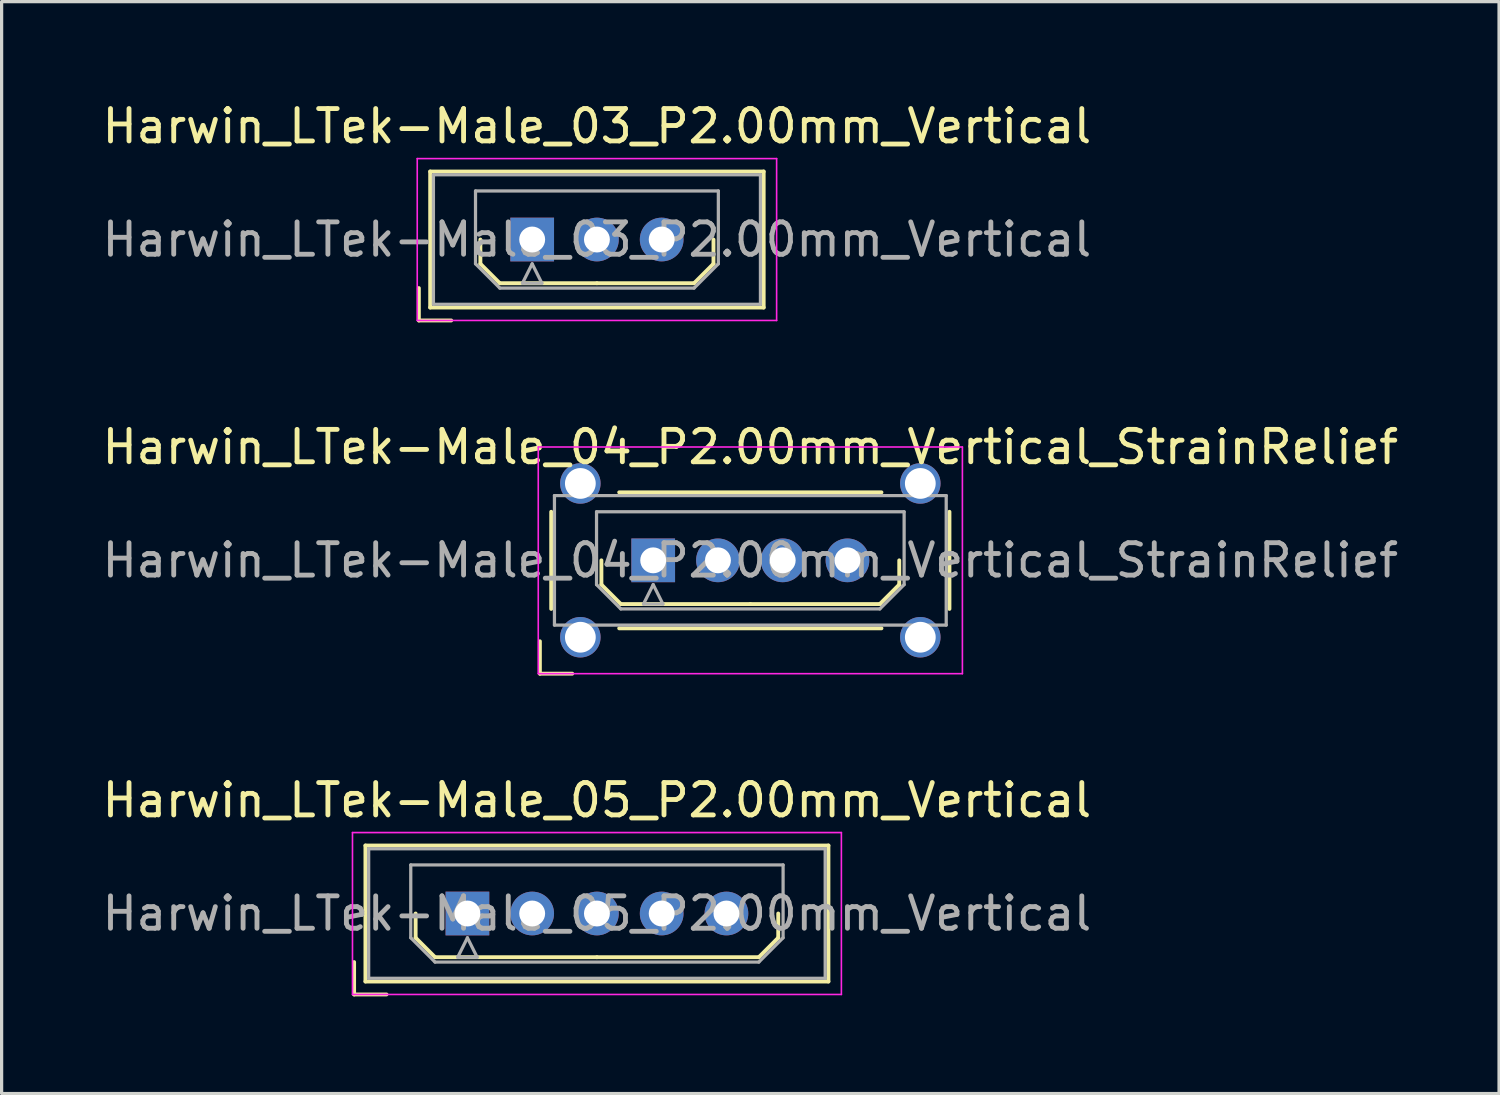
<source format=kicad_pcb>
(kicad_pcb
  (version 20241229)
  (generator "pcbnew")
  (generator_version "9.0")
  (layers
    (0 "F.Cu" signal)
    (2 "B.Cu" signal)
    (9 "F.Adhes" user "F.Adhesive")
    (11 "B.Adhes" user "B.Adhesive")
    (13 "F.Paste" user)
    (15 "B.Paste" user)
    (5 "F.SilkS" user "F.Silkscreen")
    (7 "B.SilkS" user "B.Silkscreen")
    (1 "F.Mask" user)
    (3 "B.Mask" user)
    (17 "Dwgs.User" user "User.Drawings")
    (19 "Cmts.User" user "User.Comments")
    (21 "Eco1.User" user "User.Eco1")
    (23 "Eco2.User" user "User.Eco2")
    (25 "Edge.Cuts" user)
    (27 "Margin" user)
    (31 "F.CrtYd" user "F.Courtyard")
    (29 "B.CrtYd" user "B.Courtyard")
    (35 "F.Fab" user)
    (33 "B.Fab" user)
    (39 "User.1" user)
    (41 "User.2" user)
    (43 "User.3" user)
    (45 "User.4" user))
  (footprint "Harwin_LTek-Male_04_P2.00mm_Vertical_StrainRelief"
    (layer "F.Cu")
    (at 17.125 14.257)
    (property "Reference" "Harwin_LTek-Male_04_P2.00mm_Vertical_StrainRelief" (at 3 -3.5 0) (layer "F.SilkS") (effects (font (size 1 1) (thickness 0.15))))
    (attr through_hole)
    (fp_line (start -3.5 2.5) (end -3.5 3.5) (stroke (width 0.12) (type solid)) (layer "F.SilkS"))
    (fp_line (start -3.5 3.5) (end -2.5 3.5) (stroke (width 0.12) (type solid)) (layer "F.SilkS"))
    (fp_line (start -3.15 -1.5) (end -3.15 1.5) (stroke (width 0.12) (type solid)) (layer "F.SilkS"))
    (fp_line (start -1.6 0) (end -1.6 0.75) (stroke (width 0.12) (type solid)) (layer "F.SilkS"))
    (fp_line (start -1.6 0.75) (end -1 1.35) (stroke (width 0.12) (type solid)) (layer "F.SilkS"))
    (fp_line (start -1.05 -2.1) (end 7.05 -2.1) (stroke (width 0.12) (type solid)) (layer "F.SilkS"))
    (fp_line (start -1.05 2.1) (end 7.05 2.1) (stroke (width 0.12) (type solid)) (layer "F.SilkS"))
    (fp_line (start -1 1.35) (end 3 1.35) (stroke (width 0.12) (type solid)) (layer "F.SilkS"))
    (fp_line (start 7 1.35) (end 3 1.35) (stroke (width 0.12) (type solid)) (layer "F.SilkS"))
    (fp_line (start 7.6 0) (end 7.6 0.75) (stroke (width 0.12) (type solid)) (layer "F.SilkS"))
    (fp_line (start 7.6 0.75) (end 7 1.35) (stroke (width 0.12) (type solid)) (layer "F.SilkS"))
    (fp_line (start 9.15 -1.5) (end 9.15 1.5) (stroke (width 0.12) (type solid)) (layer "F.SilkS"))
    (fp_line (start -3.55 -3.5) (end -3.55 3.5) (stroke (width 0.05) (type solid)) (layer "F.CrtYd"))
    (fp_line (start -3.55 3.5) (end 9.55 3.5) (stroke (width 0.05) (type solid)) (layer "F.CrtYd"))
    (fp_line (start 9.55 -3.5) (end -3.55 -3.5) (stroke (width 0.05) (type solid)) (layer "F.CrtYd"))
    (fp_line (start 9.55 3.5) (end 9.55 -3.5) (stroke (width 0.05) (type solid)) (layer "F.CrtYd"))
    (fp_line (start -3.05 -2) (end -3.05 2) (stroke (width 0.1) (type solid)) (layer "F.Fab"))
    (fp_line (start -3.05 2) (end 9.05 2) (stroke (width 0.1) (type solid)) (layer "F.Fab"))
    (fp_line (start -1.75 -1.5) (end 7.75 -1.5) (stroke (width 0.1) (type solid)) (layer "F.Fab"))
    (fp_line (start -1.75 0.75) (end -1.75 -1.5) (stroke (width 0.1) (type solid)) (layer "F.Fab"))
    (fp_line (start -1 1.5) (end -1.75 0.75) (stroke (width 0.1) (type solid)) (layer "F.Fab"))
    (fp_line (start -0.3 1.35) (end 0.3 1.35) (stroke (width 0.1) (type solid)) (layer "F.Fab"))
    (fp_line (start 0 0.75) (end -0.3 1.35) (stroke (width 0.1) (type solid)) (layer "F.Fab"))
    (fp_line (start 0.3 1.35) (end 0 0.75) (stroke (width 0.1) (type solid)) (layer "F.Fab"))
    (fp_line (start 7 1.5) (end -1 1.5) (stroke (width 0.1) (type solid)) (layer "F.Fab"))
    (fp_line (start 7.75 -1.5) (end 7.75 0.75) (stroke (width 0.1) (type solid)) (layer "F.Fab"))
    (fp_line (start 7.75 0.75) (end 7 1.5) (stroke (width 0.1) (type solid)) (layer "F.Fab"))
    (fp_line (start 9.05 -2) (end -3.05 -2) (stroke (width 0.1) (type solid)) (layer "F.Fab"))
    (fp_line (start 9.05 2) (end 9.05 -2) (stroke (width 0.1) (type solid)) (layer "F.Fab"))
    (fp_text user "${REFERENCE}" (at 3 0 0) (layer "F.Fab") (effects (font (size 1 1) (thickness 0.15))))
    (pad "" thru_hole circle (at -2.25 -2.375) (size 1.25 1.25) (drill 0.95) (layers "*.Cu" "*.Mask"))
    (pad "" thru_hole circle (at -2.25 2.375) (size 1.25 1.25) (drill 0.95) (layers "*.Cu" "*.Mask"))
    (pad "" thru_hole circle (at 8.25 -2.375) (size 1.25 1.25) (drill 0.95) (layers "*.Cu" "*.Mask"))
    (pad "" thru_hole circle (at 8.25 2.375) (size 1.25 1.25) (drill 0.95) (layers "*.Cu" "*.Mask"))
    (pad "1" thru_hole rect (at 0 0) (size 1.35 1.35) (drill 0.8) (layers "*.Cu" "*.Mask"))
    (pad "2" thru_hole circle (at 2 0) (size 1.35 1.35) (drill 0.8) (layers "*.Cu" "*.Mask"))
    (pad "3" thru_hole circle (at 4 0) (size 1.35 1.35) (drill 0.8) (layers "*.Cu" "*.Mask"))
    (pad "4" thru_hole circle (at 6 0) (size 1.35 1.35) (drill 0.8) (layers "*.Cu" "*.Mask")))
  (footprint "Harwin_LTek-Male_03_P2.00mm_Vertical"
    (layer "F.Cu")
    (at 13.387 4.348)
    (property "Reference" "Harwin_LTek-Male_03_P2.00mm_Vertical" (at 2 -3.5 0) (layer "F.SilkS") (effects (font (size 1 1) (thickness 0.15))))
    (attr through_hole)
    (fp_line (start -3.5 1.5) (end -3.5 2.5) (stroke (width 0.12) (type solid)) (layer "F.SilkS"))
    (fp_line (start -3.5 2.5) (end -2.5 2.5) (stroke (width 0.12) (type solid)) (layer "F.SilkS"))
    (fp_line (start -3.15 -2.1) (end -3.15 2.1) (stroke (width 0.12) (type solid)) (layer "F.SilkS"))
    (fp_line (start -3.15 2.1) (end 7.15 2.1) (stroke (width 0.12) (type solid)) (layer "F.SilkS"))
    (fp_line (start -1.6 0) (end -1.6 0.75) (stroke (width 0.12) (type solid)) (layer "F.SilkS"))
    (fp_line (start -1.6 0.75) (end -1 1.35) (stroke (width 0.12) (type solid)) (layer "F.SilkS"))
    (fp_line (start -1 1.35) (end 2 1.35) (stroke (width 0.12) (type solid)) (layer "F.SilkS"))
    (fp_line (start 5 1.35) (end 2 1.35) (stroke (width 0.12) (type solid)) (layer "F.SilkS"))
    (fp_line (start 5.6 0) (end 5.6 0.75) (stroke (width 0.12) (type solid)) (layer "F.SilkS"))
    (fp_line (start 5.6 0.75) (end 5 1.35) (stroke (width 0.12) (type solid)) (layer "F.SilkS"))
    (fp_line (start 7.15 -2.1) (end -3.15 -2.1) (stroke (width 0.12) (type solid)) (layer "F.SilkS"))
    (fp_line (start 7.15 2.1) (end 7.15 -2.1) (stroke (width 0.12) (type solid)) (layer "F.SilkS"))
    (fp_line (start -3.55 -2.5) (end -3.55 2.5) (stroke (width 0.05) (type solid)) (layer "F.CrtYd"))
    (fp_line (start -3.55 2.5) (end 7.55 2.5) (stroke (width 0.05) (type solid)) (layer "F.CrtYd"))
    (fp_line (start 7.55 -2.5) (end -3.55 -2.5) (stroke (width 0.05) (type solid)) (layer "F.CrtYd"))
    (fp_line (start 7.55 2.5) (end 7.55 -2.5) (stroke (width 0.05) (type solid)) (layer "F.CrtYd"))
    (fp_line (start -3.05 -2) (end -3.05 2) (stroke (width 0.1) (type solid)) (layer "F.Fab"))
    (fp_line (start -3.05 2) (end 7.05 2) (stroke (width 0.1) (type solid)) (layer "F.Fab"))
    (fp_line (start -1.75 -1.5) (end 5.75 -1.5) (stroke (width 0.1) (type solid)) (layer "F.Fab"))
    (fp_line (start -1.75 0.75) (end -1.75 -1.5) (stroke (width 0.1) (type solid)) (layer "F.Fab"))
    (fp_line (start -1 1.5) (end -1.75 0.75) (stroke (width 0.1) (type solid)) (layer "F.Fab"))
    (fp_line (start -0.3 1.35) (end 0.3 1.35) (stroke (width 0.1) (type solid)) (layer "F.Fab"))
    (fp_line (start 0 0.75) (end -0.3 1.35) (stroke (width 0.1) (type solid)) (layer "F.Fab"))
    (fp_line (start 0.3 1.35) (end 0 0.75) (stroke (width 0.1) (type solid)) (layer "F.Fab"))
    (fp_line (start 5 1.5) (end -1 1.5) (stroke (width 0.1) (type solid)) (layer "F.Fab"))
    (fp_line (start 5.75 -1.5) (end 5.75 0.75) (stroke (width 0.1) (type solid)) (layer "F.Fab"))
    (fp_line (start 5.75 0.75) (end 5 1.5) (stroke (width 0.1) (type solid)) (layer "F.Fab"))
    (fp_line (start 7.05 -2) (end -3.05 -2) (stroke (width 0.1) (type solid)) (layer "F.Fab"))
    (fp_line (start 7.05 2) (end 7.05 -2) (stroke (width 0.1) (type solid)) (layer "F.Fab"))
    (fp_text user "${REFERENCE}" (at 2 0 0) (layer "F.Fab") (effects (font (size 1 1) (thickness 0.15))))
    (pad "1" thru_hole rect (at 0 0) (size 1.35 1.35) (drill 0.8) (layers "*.Cu" "*.Mask"))
    (pad "2" thru_hole circle (at 2 0) (size 1.35 1.35) (drill 0.8) (layers "*.Cu" "*.Mask"))
    (pad "3" thru_hole circle (at 4 0) (size 1.35 1.35) (drill 0.8) (layers "*.Cu" "*.Mask")))
  (footprint "Harwin_LTek-Male_05_P2.00mm_Vertical"
    (layer "F.Cu")
    (at 11.387 25.165)
    (property "Reference" "Harwin_LTek-Male_05_P2.00mm_Vertical" (at 4 -3.5 0) (layer "F.SilkS") (effects (font (size 1 1) (thickness 0.15))))
    (attr through_hole)
    (fp_line (start -3.5 1.5) (end -3.5 2.5) (stroke (width 0.12) (type solid)) (layer "F.SilkS"))
    (fp_line (start -3.5 2.5) (end -2.5 2.5) (stroke (width 0.12) (type solid)) (layer "F.SilkS"))
    (fp_line (start -3.15 -2.1) (end -3.15 2.1) (stroke (width 0.12) (type solid)) (layer "F.SilkS"))
    (fp_line (start -3.15 2.1) (end 11.15 2.1) (stroke (width 0.12) (type solid)) (layer "F.SilkS"))
    (fp_line (start -1.6 0) (end -1.6 0.75) (stroke (width 0.12) (type solid)) (layer "F.SilkS"))
    (fp_line (start -1.6 0.75) (end -1 1.35) (stroke (width 0.12) (type solid)) (layer "F.SilkS"))
    (fp_line (start -1 1.35) (end 4 1.35) (stroke (width 0.12) (type solid)) (layer "F.SilkS"))
    (fp_line (start 9 1.35) (end 4 1.35) (stroke (width 0.12) (type solid)) (layer "F.SilkS"))
    (fp_line (start 9.6 0) (end 9.6 0.75) (stroke (width 0.12) (type solid)) (layer "F.SilkS"))
    (fp_line (start 9.6 0.75) (end 9 1.35) (stroke (width 0.12) (type solid)) (layer "F.SilkS"))
    (fp_line (start 11.15 -2.1) (end -3.15 -2.1) (stroke (width 0.12) (type solid)) (layer "F.SilkS"))
    (fp_line (start 11.15 2.1) (end 11.15 -2.1) (stroke (width 0.12) (type solid)) (layer "F.SilkS"))
    (fp_line (start -3.55 -2.5) (end -3.55 2.5) (stroke (width 0.05) (type solid)) (layer "F.CrtYd"))
    (fp_line (start -3.55 2.5) (end 11.55 2.5) (stroke (width 0.05) (type solid)) (layer "F.CrtYd"))
    (fp_line (start 11.55 -2.5) (end -3.55 -2.5) (stroke (width 0.05) (type solid)) (layer "F.CrtYd"))
    (fp_line (start 11.55 2.5) (end 11.55 -2.5) (stroke (width 0.05) (type solid)) (layer "F.CrtYd"))
    (fp_line (start -3.05 -2) (end -3.05 2) (stroke (width 0.1) (type solid)) (layer "F.Fab"))
    (fp_line (start -3.05 2) (end 11.05 2) (stroke (width 0.1) (type solid)) (layer "F.Fab"))
    (fp_line (start -1.75 -1.5) (end 9.75 -1.5) (stroke (width 0.1) (type solid)) (layer "F.Fab"))
    (fp_line (start -1.75 0.75) (end -1.75 -1.5) (stroke (width 0.1) (type solid)) (layer "F.Fab"))
    (fp_line (start -1 1.5) (end -1.75 0.75) (stroke (width 0.1) (type solid)) (layer "F.Fab"))
    (fp_line (start -0.3 1.35) (end 0.3 1.35) (stroke (width 0.1) (type solid)) (layer "F.Fab"))
    (fp_line (start 0 0.75) (end -0.3 1.35) (stroke (width 0.1) (type solid)) (layer "F.Fab"))
    (fp_line (start 0.3 1.35) (end 0 0.75) (stroke (width 0.1) (type solid)) (layer "F.Fab"))
    (fp_line (start 9 1.5) (end -1 1.5) (stroke (width 0.1) (type solid)) (layer "F.Fab"))
    (fp_line (start 9.75 -1.5) (end 9.75 0.75) (stroke (width 0.1) (type solid)) (layer "F.Fab"))
    (fp_line (start 9.75 0.75) (end 9 1.5) (stroke (width 0.1) (type solid)) (layer "F.Fab"))
    (fp_line (start 11.05 -2) (end -3.05 -2) (stroke (width 0.1) (type solid)) (layer "F.Fab"))
    (fp_line (start 11.05 2) (end 11.05 -2) (stroke (width 0.1) (type solid)) (layer "F.Fab"))
    (fp_text user "${REFERENCE}" (at 4 0 0) (layer "F.Fab") (effects (font (size 1 1) (thickness 0.15))))
    (pad "1" thru_hole rect (at 0 0) (size 1.35 1.35) (drill 0.8) (layers "*.Cu" "*.Mask"))
    (pad "2" thru_hole circle (at 2 0) (size 1.35 1.35) (drill 0.8) (layers "*.Cu" "*.Mask"))
    (pad "3" thru_hole circle (at 4 0) (size 1.35 1.35) (drill 0.8) (layers "*.Cu" "*.Mask"))
    (pad "4" thru_hole circle (at 6 0) (size 1.35 1.35) (drill 0.8) (layers "*.Cu" "*.Mask"))
    (pad "5" thru_hole circle (at 8 0) (size 1.35 1.35) (drill 0.8) (layers "*.Cu" "*.Mask")))
  (gr_rect
    (start -3 -3)
    (end 43.25 30.725)
    (stroke (width 0.1) (type default))
    (fill no)
    (layer "Edge.Cuts")))
</source>
